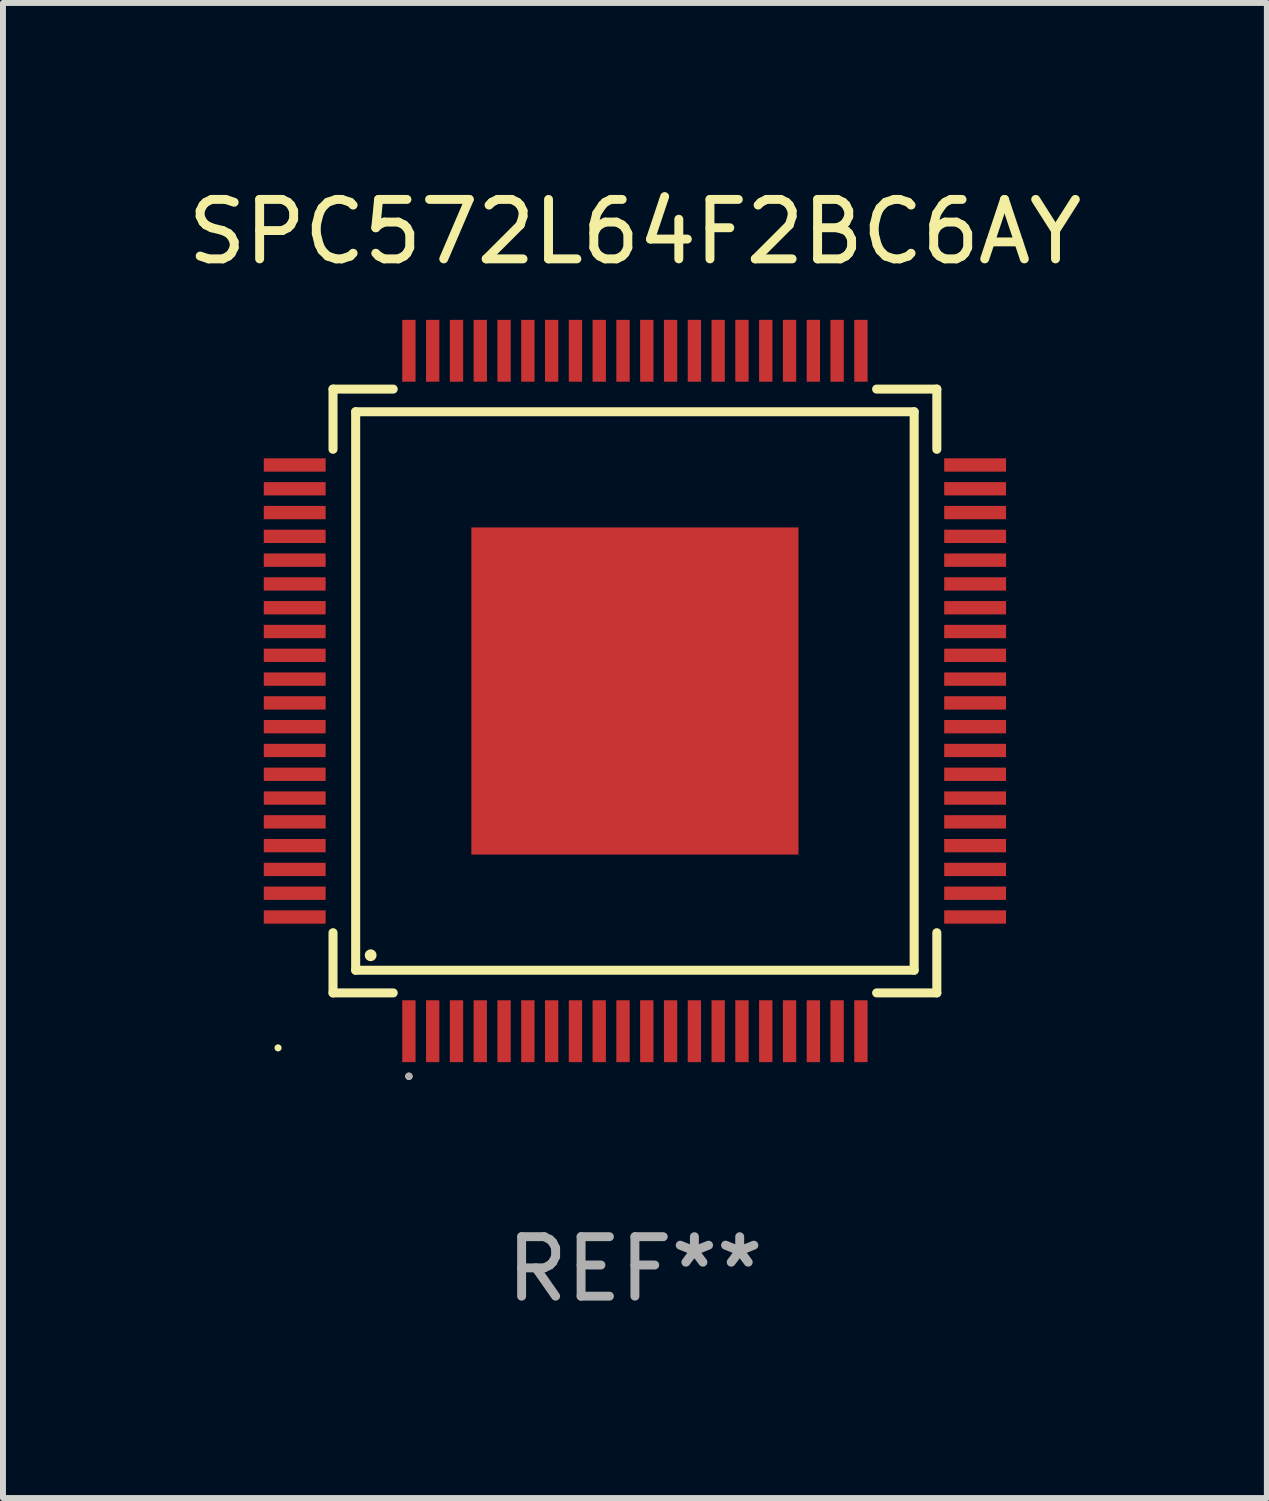
<source format=kicad_pcb>
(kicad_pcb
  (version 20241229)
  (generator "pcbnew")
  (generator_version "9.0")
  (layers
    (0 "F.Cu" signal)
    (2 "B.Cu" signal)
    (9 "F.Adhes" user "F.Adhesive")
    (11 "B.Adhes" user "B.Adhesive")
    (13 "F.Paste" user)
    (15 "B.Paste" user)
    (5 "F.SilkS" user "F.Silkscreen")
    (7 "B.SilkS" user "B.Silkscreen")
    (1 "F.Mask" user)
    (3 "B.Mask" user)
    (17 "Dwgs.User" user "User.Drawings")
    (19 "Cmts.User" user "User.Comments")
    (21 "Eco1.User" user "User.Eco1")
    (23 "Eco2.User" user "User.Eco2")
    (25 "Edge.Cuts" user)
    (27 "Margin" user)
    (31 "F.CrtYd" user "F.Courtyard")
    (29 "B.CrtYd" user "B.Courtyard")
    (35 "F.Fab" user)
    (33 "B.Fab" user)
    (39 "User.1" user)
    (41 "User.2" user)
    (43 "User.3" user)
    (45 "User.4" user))
  (footprint "SPC572L64F2BC6AY"
    (layer "F.Cu")
    (at 7.625 8.568)
    (property "Reference" "SPC572L64F2BC6AY" (at 0 -7.72 0) (layer "F.SilkS") (effects (font (size 1 1) (thickness 0.15))))
    (attr through_hole)
    (fp_line (start -5.076 -5.076) (end -5.076 -4.064) (stroke (width 0.152) (type solid)) (layer "F.SilkS"))
    (fp_line (start -5.076 5.076) (end -5.076 4.064) (stroke (width 0.152) (type solid)) (layer "F.SilkS"))
    (fp_line (start -4.695 -4.695) (end 4.695 -4.695) (stroke (width 0.152) (type solid)) (layer "F.SilkS"))
    (fp_line (start -4.695 4.695) (end -4.695 -4.695) (stroke (width 0.152) (type solid)) (layer "F.SilkS"))
    (fp_line (start -4.064 -5.076) (end -5.076 -5.076) (stroke (width 0.152) (type solid)) (layer "F.SilkS"))
    (fp_line (start -4.064 5.076) (end -5.076 5.076) (stroke (width 0.152) (type solid)) (layer "F.SilkS"))
    (fp_line (start 4.064 -5.076) (end 5.076 -5.076) (stroke (width 0.152) (type solid)) (layer "F.SilkS"))
    (fp_line (start 4.064 5.076) (end 5.076 5.076) (stroke (width 0.152) (type solid)) (layer "F.SilkS"))
    (fp_line (start 4.695 -4.695) (end 4.695 4.695) (stroke (width 0.152) (type solid)) (layer "F.SilkS"))
    (fp_line (start 4.695 4.695) (end -4.695 4.695) (stroke (width 0.152) (type solid)) (layer "F.SilkS"))
    (fp_line (start 5.076 -5.076) (end 5.076 -4.064) (stroke (width 0.152) (type solid)) (layer "F.SilkS"))
    (fp_line (start 5.076 5.076) (end 5.076 4.064) (stroke (width 0.152) (type solid)) (layer "F.SilkS"))
    (fp_circle (center -6 6) (end -5.97 6) (stroke (width 0.06) (type solid)) (fill no) (layer "F.SilkS"))
    (fp_circle (center -4.443 4.443) (end -4.393 4.443) (stroke (width 0.1) (type solid)) (fill no) (layer "F.SilkS"))
    (fp_circle (center -3.8 6.478) (end -3.769 6.478) (stroke (width 0.062) (type solid)) (fill no) (layer "F.SilkS"))
    (fp_circle (center -3.8 6.478) (end -3.769 6.478) (stroke (width 0.062) (type solid)) (fill no) (layer "F.Fab"))
    (fp_text user "REF**" (at 0 9.72 0) (layer "F.Fab") (effects (font (size 1 1) (thickness 0.15))))
    (pad "1" smd rect (at -3.8 5.72) (size 0.224 1.04) (layers "F.Cu" "F.Mask" "F.Paste"))
    (pad "2" smd rect (at -3.4 5.72) (size 0.224 1.04) (layers "F.Cu" "F.Mask" "F.Paste"))
    (pad "3" smd rect (at -3 5.72) (size 0.224 1.04) (layers "F.Cu" "F.Mask" "F.Paste"))
    (pad "4" smd rect (at -2.6 5.72) (size 0.224 1.04) (layers "F.Cu" "F.Mask" "F.Paste"))
    (pad "5" smd rect (at -2.2 5.72) (size 0.224 1.04) (layers "F.Cu" "F.Mask" "F.Paste"))
    (pad "6" smd rect (at -1.8 5.72) (size 0.224 1.04) (layers "F.Cu" "F.Mask" "F.Paste"))
    (pad "7" smd rect (at -1.4 5.72) (size 0.224 1.04) (layers "F.Cu" "F.Mask" "F.Paste"))
    (pad "8" smd rect (at -1 5.72) (size 0.224 1.04) (layers "F.Cu" "F.Mask" "F.Paste"))
    (pad "9" smd rect (at -0.6 5.72) (size 0.224 1.04) (layers "F.Cu" "F.Mask" "F.Paste"))
    (pad "10" smd rect (at -0.2 5.72) (size 0.224 1.04) (layers "F.Cu" "F.Mask" "F.Paste"))
    (pad "11" smd rect (at 0.2 5.72) (size 0.224 1.04) (layers "F.Cu" "F.Mask" "F.Paste"))
    (pad "12" smd rect (at 0.6 5.72) (size 0.224 1.04) (layers "F.Cu" "F.Mask" "F.Paste"))
    (pad "13" smd rect (at 1 5.72) (size 0.224 1.04) (layers "F.Cu" "F.Mask" "F.Paste"))
    (pad "14" smd rect (at 1.4 5.72) (size 0.224 1.04) (layers "F.Cu" "F.Mask" "F.Paste"))
    (pad "15" smd rect (at 1.8 5.72) (size 0.224 1.04) (layers "F.Cu" "F.Mask" "F.Paste"))
    (pad "16" smd rect (at 2.2 5.72) (size 0.224 1.04) (layers "F.Cu" "F.Mask" "F.Paste"))
    (pad "17" smd rect (at 2.6 5.72) (size 0.224 1.04) (layers "F.Cu" "F.Mask" "F.Paste"))
    (pad "18" smd rect (at 3 5.72) (size 0.224 1.04) (layers "F.Cu" "F.Mask" "F.Paste"))
    (pad "19" smd rect (at 3.4 5.72) (size 0.224 1.04) (layers "F.Cu" "F.Mask" "F.Paste"))
    (pad "20" smd rect (at 3.8 5.72) (size 0.224 1.04) (layers "F.Cu" "F.Mask" "F.Paste"))
    (pad "21" smd rect (at 5.72 3.8) (size 1.04 0.224) (layers "F.Cu" "F.Mask" "F.Paste"))
    (pad "22" smd rect (at 5.72 3.4) (size 1.04 0.224) (layers "F.Cu" "F.Mask" "F.Paste"))
    (pad "23" smd rect (at 5.72 3) (size 1.04 0.224) (layers "F.Cu" "F.Mask" "F.Paste"))
    (pad "24" smd rect (at 5.72 2.6) (size 1.04 0.224) (layers "F.Cu" "F.Mask" "F.Paste"))
    (pad "25" smd rect (at 5.72 2.2) (size 1.04 0.224) (layers "F.Cu" "F.Mask" "F.Paste"))
    (pad "26" smd rect (at 5.72 1.8) (size 1.04 0.224) (layers "F.Cu" "F.Mask" "F.Paste"))
    (pad "27" smd rect (at 5.72 1.4) (size 1.04 0.224) (layers "F.Cu" "F.Mask" "F.Paste"))
    (pad "28" smd rect (at 5.72 1) (size 1.04 0.224) (layers "F.Cu" "F.Mask" "F.Paste"))
    (pad "29" smd rect (at 5.72 0.6) (size 1.04 0.224) (layers "F.Cu" "F.Mask" "F.Paste"))
    (pad "30" smd rect (at 5.72 0.2) (size 1.04 0.224) (layers "F.Cu" "F.Mask" "F.Paste"))
    (pad "31" smd rect (at 5.72 -0.2) (size 1.04 0.224) (layers "F.Cu" "F.Mask" "F.Paste"))
    (pad "32" smd rect (at 5.72 -0.6) (size 1.04 0.224) (layers "F.Cu" "F.Mask" "F.Paste"))
    (pad "33" smd rect (at 5.72 -1) (size 1.04 0.224) (layers "F.Cu" "F.Mask" "F.Paste"))
    (pad "34" smd rect (at 5.72 -1.4) (size 1.04 0.224) (layers "F.Cu" "F.Mask" "F.Paste"))
    (pad "35" smd rect (at 5.72 -1.8) (size 1.04 0.224) (layers "F.Cu" "F.Mask" "F.Paste"))
    (pad "36" smd rect (at 5.72 -2.2) (size 1.04 0.224) (layers "F.Cu" "F.Mask" "F.Paste"))
    (pad "37" smd rect (at 5.72 -2.6) (size 1.04 0.224) (layers "F.Cu" "F.Mask" "F.Paste"))
    (pad "38" smd rect (at 5.72 -3) (size 1.04 0.224) (layers "F.Cu" "F.Mask" "F.Paste"))
    (pad "39" smd rect (at 5.72 -3.4) (size 1.04 0.224) (layers "F.Cu" "F.Mask" "F.Paste"))
    (pad "40" smd rect (at 5.72 -3.8) (size 1.04 0.224) (layers "F.Cu" "F.Mask" "F.Paste"))
    (pad "41" smd rect (at 3.8 -5.72) (size 0.224 1.04) (layers "F.Cu" "F.Mask" "F.Paste"))
    (pad "42" smd rect (at 3.4 -5.72) (size 0.224 1.04) (layers "F.Cu" "F.Mask" "F.Paste"))
    (pad "43" smd rect (at 3 -5.72) (size 0.224 1.04) (layers "F.Cu" "F.Mask" "F.Paste"))
    (pad "44" smd rect (at 2.6 -5.72) (size 0.224 1.04) (layers "F.Cu" "F.Mask" "F.Paste"))
    (pad "45" smd rect (at 2.2 -5.72) (size 0.224 1.04) (layers "F.Cu" "F.Mask" "F.Paste"))
    (pad "46" smd rect (at 1.8 -5.72) (size 0.224 1.04) (layers "F.Cu" "F.Mask" "F.Paste"))
    (pad "47" smd rect (at 1.4 -5.72) (size 0.224 1.04) (layers "F.Cu" "F.Mask" "F.Paste"))
    (pad "48" smd rect (at 1 -5.72) (size 0.224 1.04) (layers "F.Cu" "F.Mask" "F.Paste"))
    (pad "49" smd rect (at 0.6 -5.72) (size 0.224 1.04) (layers "F.Cu" "F.Mask" "F.Paste"))
    (pad "50" smd rect (at 0.2 -5.72) (size 0.224 1.04) (layers "F.Cu" "F.Mask" "F.Paste"))
    (pad "51" smd rect (at -0.2 -5.72) (size 0.224 1.04) (layers "F.Cu" "F.Mask" "F.Paste"))
    (pad "52" smd rect (at -0.6 -5.72) (size 0.224 1.04) (layers "F.Cu" "F.Mask" "F.Paste"))
    (pad "53" smd rect (at -1 -5.72) (size 0.224 1.04) (layers "F.Cu" "F.Mask" "F.Paste"))
    (pad "54" smd rect (at -1.4 -5.72) (size 0.224 1.04) (layers "F.Cu" "F.Mask" "F.Paste"))
    (pad "55" smd rect (at -1.8 -5.72) (size 0.224 1.04) (layers "F.Cu" "F.Mask" "F.Paste"))
    (pad "56" smd rect (at -2.2 -5.72) (size 0.224 1.04) (layers "F.Cu" "F.Mask" "F.Paste"))
    (pad "57" smd rect (at -2.6 -5.72) (size 0.224 1.04) (layers "F.Cu" "F.Mask" "F.Paste"))
    (pad "58" smd rect (at -3 -5.72) (size 0.224 1.04) (layers "F.Cu" "F.Mask" "F.Paste"))
    (pad "59" smd rect (at -3.4 -5.72) (size 0.224 1.04) (layers "F.Cu" "F.Mask" "F.Paste"))
    (pad "60" smd rect (at -3.8 -5.72) (size 0.224 1.04) (layers "F.Cu" "F.Mask" "F.Paste"))
    (pad "61" smd rect (at -5.72 -3.8) (size 1.04 0.224) (layers "F.Cu" "F.Mask" "F.Paste"))
    (pad "62" smd rect (at -5.72 -3.4) (size 1.04 0.224) (layers "F.Cu" "F.Mask" "F.Paste"))
    (pad "63" smd rect (at -5.72 -3) (size 1.04 0.224) (layers "F.Cu" "F.Mask" "F.Paste"))
    (pad "64" smd rect (at -5.72 -2.6) (size 1.04 0.224) (layers "F.Cu" "F.Mask" "F.Paste"))
    (pad "65" smd rect (at -5.72 -2.2) (size 1.04 0.224) (layers "F.Cu" "F.Mask" "F.Paste"))
    (pad "66" smd rect (at -5.72 -1.8) (size 1.04 0.224) (layers "F.Cu" "F.Mask" "F.Paste"))
    (pad "67" smd rect (at -5.72 -1.4) (size 1.04 0.224) (layers "F.Cu" "F.Mask" "F.Paste"))
    (pad "68" smd rect (at -5.72 -1) (size 1.04 0.224) (layers "F.Cu" "F.Mask" "F.Paste"))
    (pad "69" smd rect (at -5.72 -0.6) (size 1.04 0.224) (layers "F.Cu" "F.Mask" "F.Paste"))
    (pad "70" smd rect (at -5.72 -0.2) (size 1.04 0.224) (layers "F.Cu" "F.Mask" "F.Paste"))
    (pad "71" smd rect (at -5.72 0.2) (size 1.04 0.224) (layers "F.Cu" "F.Mask" "F.Paste"))
    (pad "72" smd rect (at -5.72 0.6) (size 1.04 0.224) (layers "F.Cu" "F.Mask" "F.Paste"))
    (pad "73" smd rect (at -5.72 1) (size 1.04 0.224) (layers "F.Cu" "F.Mask" "F.Paste"))
    (pad "74" smd rect (at -5.72 1.4) (size 1.04 0.224) (layers "F.Cu" "F.Mask" "F.Paste"))
    (pad "75" smd rect (at -5.72 1.8) (size 1.04 0.224) (layers "F.Cu" "F.Mask" "F.Paste"))
    (pad "76" smd rect (at -5.72 2.2) (size 1.04 0.224) (layers "F.Cu" "F.Mask" "F.Paste"))
    (pad "77" smd rect (at -5.72 2.6) (size 1.04 0.224) (layers "F.Cu" "F.Mask" "F.Paste"))
    (pad "78" smd rect (at -5.72 3) (size 1.04 0.224) (layers "F.Cu" "F.Mask" "F.Paste"))
    (pad "79" smd rect (at -5.72 3.4) (size 1.04 0.224) (layers "F.Cu" "F.Mask" "F.Paste"))
    (pad "80" smd rect (at -5.72 3.8) (size 1.04 0.224) (layers "F.Cu" "F.Mask" "F.Paste"))
    (pad "81" smd rect (at 0 0) (size 5.5 5.5) (layers "F.Cu" "F.Mask" "F.Paste")))
  (gr_rect
    (start -3 -3)
    (end 18.25 22.137)
    (stroke (width 0.1) (type default))
    (fill no)
    (layer "Edge.Cuts")))
</source>
